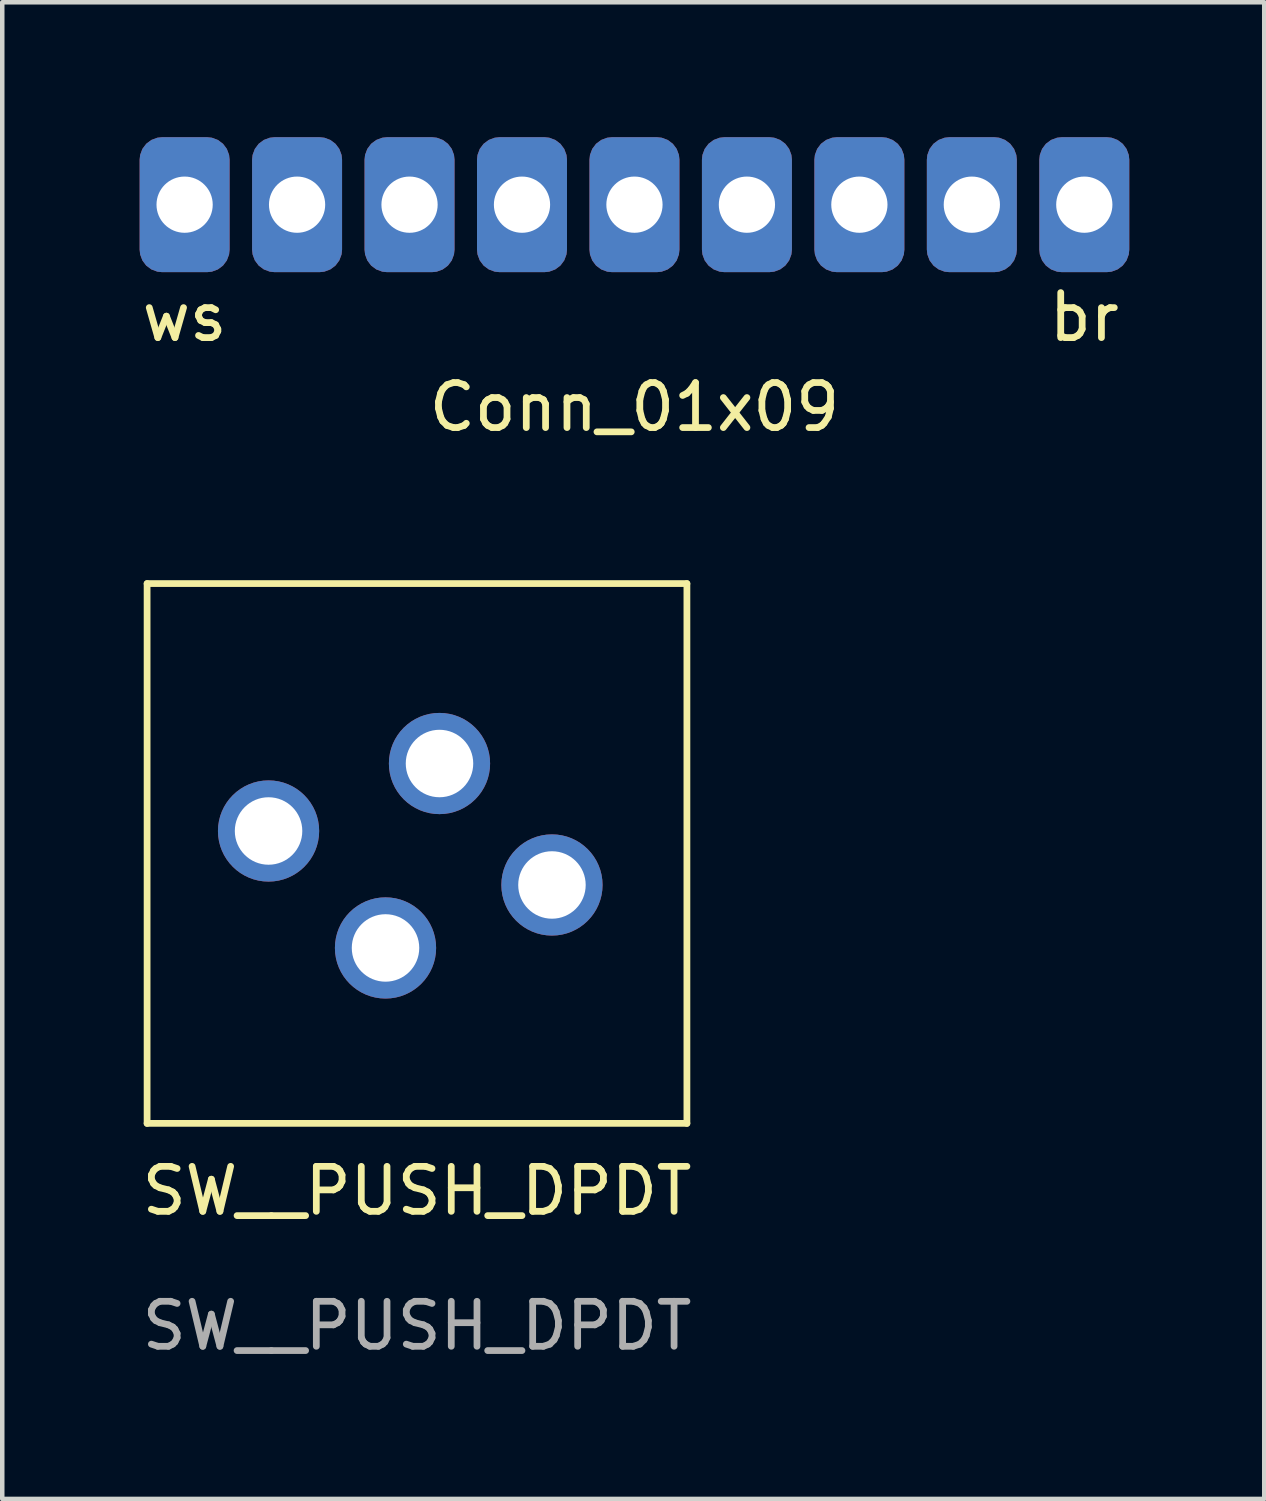
<source format=kicad_pcb>
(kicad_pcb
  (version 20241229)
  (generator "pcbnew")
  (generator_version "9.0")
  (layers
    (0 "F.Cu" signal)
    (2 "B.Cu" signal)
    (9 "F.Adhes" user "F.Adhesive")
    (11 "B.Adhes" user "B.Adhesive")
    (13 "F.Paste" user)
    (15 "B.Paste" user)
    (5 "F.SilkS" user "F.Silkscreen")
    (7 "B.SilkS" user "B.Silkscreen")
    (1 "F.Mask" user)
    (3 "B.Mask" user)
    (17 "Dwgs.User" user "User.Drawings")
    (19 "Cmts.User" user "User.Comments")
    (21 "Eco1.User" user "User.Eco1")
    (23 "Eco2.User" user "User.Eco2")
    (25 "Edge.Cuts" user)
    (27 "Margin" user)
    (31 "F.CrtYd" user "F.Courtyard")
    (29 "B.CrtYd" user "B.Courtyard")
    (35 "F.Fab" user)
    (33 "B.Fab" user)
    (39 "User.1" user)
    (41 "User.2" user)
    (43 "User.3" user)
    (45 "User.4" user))
  (footprint "SW__PUSH_DPDT"
    (layer "F.Cu")
    (at 6.72 13.923)
    (property "Reference" "SW__PUSH_DPDT" (at -0.5 9.5 0) (unlocked yes) (layer "F.SilkS") (effects (font (size 1 1) (thickness 0.15))))
    (attr through_hole)
    (fp_line (start -6.5 -4) (end 5.5 -4) (stroke (width 0.15) (type solid)) (layer "F.SilkS"))
    (fp_line (start -6.5 8) (end -6.5 -4) (stroke (width 0.15) (type solid)) (layer "F.SilkS"))
    (fp_line (start 5.5 -4) (end 5.5 8) (stroke (width 0.15) (type solid)) (layer "F.SilkS"))
    (fp_line (start 5.5 8) (end -6.5 8) (stroke (width 0.15) (type solid)) (layer "F.SilkS"))
    (fp_text user "${REFERENCE}" (at -0.5 12.5 0) (unlocked yes) (layer "F.Fab") (effects (font (size 1 1) (thickness 0.15))))
    (pad "1" thru_hole circle (at 0 0) (size 2.25 2.25) (drill 1.5) (layers "*.Cu" "B.Mask"))
    (pad "2" thru_hole circle (at -3.8 1.5) (size 2.25 2.25) (drill 1.5) (layers "*.Cu" "B.Mask"))
    (pad "3" thru_hole circle (at -1.2 4.1) (size 2.25 2.25) (drill 1.5) (layers "*.Cu" "B.Mask"))
    (pad "4" thru_hole circle (at 2.5 2.7) (size 2.25 2.25) (drill 1.5) (layers "*.Cu" "B.Mask")))
  (footprint "Conn_01x09"
    (layer "F.Cu")
    (at 1.054 1.5)
    (property "Reference" "Conn_01x09" (at 10 4.5 0) (unlocked yes) (layer "F.SilkS") (effects (font (size 1 1) (thickness 0.15))))
    (attr through_hole)
    (fp_text user "br" (at 20 2.5 0) (unlocked yes) (layer "F.SilkS") (effects (font (size 1 1) (thickness 0.15))))
    (fp_text user "ws" (at 0 2.5 0) (unlocked yes) (layer "F.SilkS") (effects (font (size 1 1) (thickness 0.15))))
    (pad "1" thru_hole roundrect (at 0 0) (size 2 3) (drill 1.25) (layers "*.Cu" "*.Mask") (roundrect_rratio 0.25))
    (pad "2" thru_hole roundrect (at 2.5 0) (size 2 3) (drill 1.25) (layers "*.Cu" "*.Mask") (roundrect_rratio 0.25))
    (pad "3" thru_hole roundrect (at 5 0) (size 2 3) (drill 1.25) (layers "*.Cu" "*.Mask") (roundrect_rratio 0.25))
    (pad "4" thru_hole roundrect (at 7.5 0) (size 2 3) (drill 1.25) (layers "*.Cu" "*.Mask") (roundrect_rratio 0.25))
    (pad "5" thru_hole roundrect (at 10 0) (size 2 3) (drill 1.25) (layers "*.Cu" "*.Mask") (roundrect_rratio 0.25))
    (pad "6" thru_hole roundrect (at 12.5 0) (size 2 3) (drill 1.25) (layers "*.Cu" "*.Mask") (roundrect_rratio 0.25))
    (pad "7" thru_hole roundrect (at 15 0) (size 2 3) (drill 1.25) (layers "*.Cu" "*.Mask") (roundrect_rratio 0.25))
    (pad "8" thru_hole roundrect (at 17.5 0) (size 2 3) (drill 1.25) (layers "*.Cu" "*.Mask") (roundrect_rratio 0.25))
    (pad "9" thru_hole roundrect (at 20 0) (size 2 3) (drill 1.25) (layers "*.Cu" "*.Mask") (roundrect_rratio 0.25)))
  (gr_rect
    (start -3 -3)
    (end 25.054 30.271)
    (stroke (width 0.1) (type default))
    (fill no)
    (layer "Edge.Cuts")))
</source>
